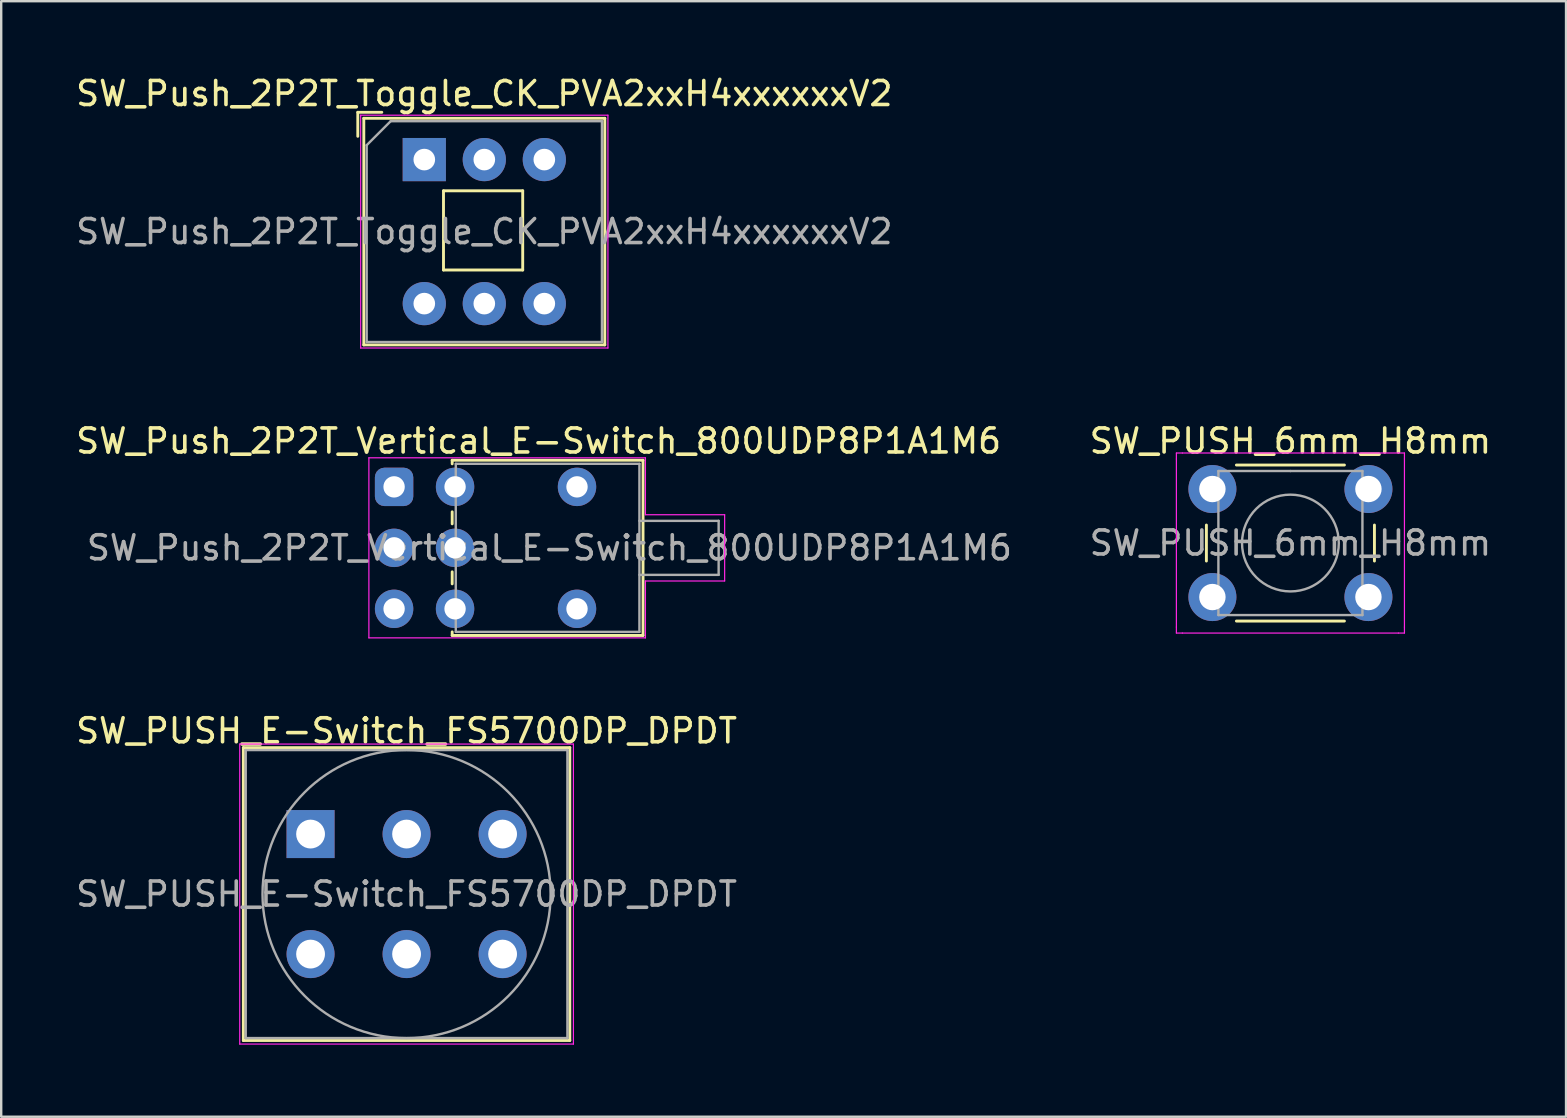
<source format=kicad_pcb>
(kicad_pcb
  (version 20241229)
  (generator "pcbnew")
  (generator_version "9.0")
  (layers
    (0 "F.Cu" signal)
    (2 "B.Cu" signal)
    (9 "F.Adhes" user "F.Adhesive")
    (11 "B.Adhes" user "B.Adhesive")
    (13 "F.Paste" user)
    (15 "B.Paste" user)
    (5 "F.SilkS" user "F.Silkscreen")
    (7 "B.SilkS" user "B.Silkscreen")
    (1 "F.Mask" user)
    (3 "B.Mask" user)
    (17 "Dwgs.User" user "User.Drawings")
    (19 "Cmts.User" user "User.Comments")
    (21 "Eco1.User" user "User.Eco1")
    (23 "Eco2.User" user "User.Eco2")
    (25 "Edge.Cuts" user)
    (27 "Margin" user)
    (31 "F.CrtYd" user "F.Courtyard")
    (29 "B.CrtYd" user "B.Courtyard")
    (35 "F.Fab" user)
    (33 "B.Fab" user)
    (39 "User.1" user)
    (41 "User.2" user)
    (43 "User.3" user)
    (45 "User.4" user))
  (footprint "SW_Push_2P2T_Vertical_E-Switch_800UDP8P1A1M6"
    (layer "F.Cu")
    (at 13.367 17.232)
    (property "Reference" "SW_Push_2P2T_Vertical_E-Switch_800UDP8P1A1M6" (at 6.02 -1.91 180) (layer "F.SilkS") (effects (font (size 1 1) (thickness 0.15))))
    (attr through_hole)
    (fp_line (start 2.42 -1.11) (end 2.42 -0.96) (stroke (width 0.12) (type solid)) (layer "F.SilkS"))
    (fp_line (start 2.42 1.54) (end 2.42 1.04) (stroke (width 0.12) (type solid)) (layer "F.SilkS"))
    (fp_line (start 2.42 4.04) (end 2.42 3.54) (stroke (width 0.12) (type solid)) (layer "F.SilkS"))
    (fp_line (start 2.42 6.19) (end 2.42 6.04) (stroke (width 0.12) (type solid)) (layer "F.SilkS"))
    (fp_line (start 2.42 6.19) (end 10.37 6.19) (stroke (width 0.12) (type solid)) (layer "F.SilkS"))
    (fp_line (start 10.37 -1.11) (end 2.42 -1.11) (stroke (width 0.12) (type solid)) (layer "F.SilkS"))
    (fp_line (start 10.37 6.19) (end 10.37 -1.11) (stroke (width 0.12) (type solid)) (layer "F.SilkS"))
    (fp_line (start -1.05 -1.21) (end 10.47 -1.21) (stroke (width 0.05) (type solid)) (layer "F.CrtYd"))
    (fp_line (start -1.05 6.29) (end -1.05 -1.21) (stroke (width 0.05) (type solid)) (layer "F.CrtYd"))
    (fp_line (start 10.47 -1.21) (end 10.47 1.16) (stroke (width 0.05) (type solid)) (layer "F.CrtYd"))
    (fp_line (start 10.47 1.16) (end 13.77 1.16) (stroke (width 0.05) (type solid)) (layer "F.CrtYd"))
    (fp_line (start 10.47 3.92) (end 10.47 6.29) (stroke (width 0.05) (type solid)) (layer "F.CrtYd"))
    (fp_line (start 10.47 6.29) (end -1.05 6.29) (stroke (width 0.05) (type solid)) (layer "F.CrtYd"))
    (fp_line (start 13.77 1.16) (end 13.77 3.92) (stroke (width 0.05) (type solid)) (layer "F.CrtYd"))
    (fp_line (start 13.77 3.92) (end 10.47 3.92) (stroke (width 0.05) (type solid)) (layer "F.CrtYd"))
    (fp_line (start 2.57 -0.96) (end 10.22 -0.96) (stroke (width 0.1) (type solid)) (layer "F.Fab"))
    (fp_line (start 2.57 6.04) (end 2.57 -0.96) (stroke (width 0.1) (type solid)) (layer "F.Fab"))
    (fp_line (start 10.22 -0.96) (end 10.22 6.04) (stroke (width 0.1) (type solid)) (layer "F.Fab"))
    (fp_line (start 10.22 6.04) (end 2.57 6.04) (stroke (width 0.1) (type solid)) (layer "F.Fab"))
    (fp_line (start 13.52 1.415) (end 10.22 1.415) (stroke (width 0.1) (type solid)) (layer "F.Fab"))
    (fp_line (start 13.52 3.665) (end 10.22 3.665) (stroke (width 0.1) (type solid)) (layer "F.Fab"))
    (fp_line (start 13.52 3.665) (end 13.52 1.415) (stroke (width 0.1) (type solid)) (layer "F.Fab"))
    (fp_text user "${REFERENCE}" (at 6.47 2.54 180) (layer "F.Fab") (effects (font (size 1 1) (thickness 0.15))))
    (pad "" thru_hole circle (at 7.62 0 180) (size 1.6 1.6) (drill 0.89) (layers "*.Cu" "*.Mask"))
    (pad "" thru_hole circle (at 7.62 5.08 180) (size 1.6 1.6) (drill 0.89) (layers "*.Cu" "*.Mask"))
    (pad "1" thru_hole roundrect (at 0 0 180) (size 1.6 1.6) (drill 0.89) (layers "*.Cu" "*.Mask") (roundrect_rratio 0.25))
    (pad "2" thru_hole circle (at 0 2.54 180) (size 1.6 1.6) (drill 0.89) (layers "*.Cu" "*.Mask"))
    (pad "3" thru_hole circle (at 0 5.08 180) (size 1.6 1.6) (drill 0.89) (layers "*.Cu" "*.Mask"))
    (pad "4" thru_hole circle (at 2.54 0 180) (size 1.6 1.6) (drill 0.89) (layers "*.Cu" "*.Mask"))
    (pad "5" thru_hole circle (at 2.54 2.54 180) (size 1.6 1.6) (drill 0.89) (layers "*.Cu" "*.Mask"))
    (pad "6" thru_hole circle (at 2.54 5.08 180) (size 1.6 1.6) (drill 0.89) (layers "*.Cu" "*.Mask")))
  (footprint "SW_PUSH_6mm_H8mm"
    (layer "F.Cu")
    (at 47.456 17.322)
    (property "Reference" "SW_PUSH_6mm_H8mm" (at 3.25 -2 0) (layer "F.SilkS") (effects (font (size 1 1) (thickness 0.15))))
    (attr through_hole)
    (fp_line (start -0.25 1.5) (end -0.25 3) (stroke (width 0.12) (type solid)) (layer "F.SilkS"))
    (fp_line (start 1 5.5) (end 5.5 5.5) (stroke (width 0.12) (type solid)) (layer "F.SilkS"))
    (fp_line (start 5.5 -1) (end 1 -1) (stroke (width 0.12) (type solid)) (layer "F.SilkS"))
    (fp_line (start 6.75 3) (end 6.75 1.5) (stroke (width 0.12) (type solid)) (layer "F.SilkS"))
    (fp_line (start -1.5 -1.5) (end -1.25 -1.5) (stroke (width 0.05) (type solid)) (layer "F.CrtYd"))
    (fp_line (start -1.5 -1.25) (end -1.5 -1.5) (stroke (width 0.05) (type solid)) (layer "F.CrtYd"))
    (fp_line (start -1.5 5.75) (end -1.5 -1.25) (stroke (width 0.05) (type solid)) (layer "F.CrtYd"))
    (fp_line (start -1.5 5.75) (end -1.5 6) (stroke (width 0.05) (type solid)) (layer "F.CrtYd"))
    (fp_line (start -1.5 6) (end -1.25 6) (stroke (width 0.05) (type solid)) (layer "F.CrtYd"))
    (fp_line (start -1.25 -1.5) (end 7.75 -1.5) (stroke (width 0.05) (type solid)) (layer "F.CrtYd"))
    (fp_line (start 7.75 -1.5) (end 8 -1.5) (stroke (width 0.05) (type solid)) (layer "F.CrtYd"))
    (fp_line (start 7.75 6) (end -1.25 6) (stroke (width 0.05) (type solid)) (layer "F.CrtYd"))
    (fp_line (start 7.75 6) (end 8 6) (stroke (width 0.05) (type solid)) (layer "F.CrtYd"))
    (fp_line (start 8 -1.5) (end 8 -1.25) (stroke (width 0.05) (type solid)) (layer "F.CrtYd"))
    (fp_line (start 8 -1.25) (end 8 5.75) (stroke (width 0.05) (type solid)) (layer "F.CrtYd"))
    (fp_line (start 8 6) (end 8 5.75) (stroke (width 0.05) (type solid)) (layer "F.CrtYd"))
    (fp_line (start 0.25 -0.75) (end 3.25 -0.75) (stroke (width 0.1) (type solid)) (layer "F.Fab"))
    (fp_line (start 0.25 5.25) (end 0.25 -0.75) (stroke (width 0.1) (type solid)) (layer "F.Fab"))
    (fp_line (start 3.25 -0.75) (end 6.25 -0.75) (stroke (width 0.1) (type solid)) (layer "F.Fab"))
    (fp_line (start 6.25 -0.75) (end 6.25 5.25) (stroke (width 0.1) (type solid)) (layer "F.Fab"))
    (fp_line (start 6.25 5.25) (end 0.25 5.25) (stroke (width 0.1) (type solid)) (layer "F.Fab"))
    (fp_circle (center 3.25 2.25) (end 1.25 2.5) (stroke (width 0.1) (type solid)) (fill no) (layer "F.Fab"))
    (fp_text user "${REFERENCE}" (at 3.25 2.25 0) (layer "F.Fab") (effects (font (size 1 1) (thickness 0.15))))
    (pad "1" thru_hole circle (at 0 0 90) (size 2 2) (drill 1.1) (layers "*.Cu" "*.Mask"))
    (pad "1" thru_hole circle (at 6.5 0 90) (size 2 2) (drill 1.1) (layers "*.Cu" "*.Mask"))
    (pad "2" thru_hole circle (at 0 4.5 90) (size 2 2) (drill 1.1) (layers "*.Cu" "*.Mask"))
    (pad "2" thru_hole circle (at 6.5 4.5 90) (size 2 2) (drill 1.1) (layers "*.Cu" "*.Mask")))
  (footprint "SW_Push_2P2T_Toggle_CK_PVA2xxH4xxxxxxV2"
    (layer "F.Cu")
    (at 14.625 3.598)
    (property "Reference" "SW_Push_2P2T_Toggle_CK_PVA2xxH4xxxxxxV2" (at 2.5 -2.75 0) (layer "F.SilkS") (effects (font (size 1 1) (thickness 0.15))))
    (attr through_hole)
    (fp_line (start -2.77 -0.97) (end -2.77 -1.97) (stroke (width 0.12) (type solid)) (layer "F.SilkS"))
    (fp_line (start -2.52 7.72) (end -2.52 -1.72) (stroke (width 0.12) (type solid)) (layer "F.SilkS"))
    (fp_line (start -1.77 -1.97) (end -2.77 -1.97) (stroke (width 0.12) (type solid)) (layer "F.SilkS"))
    (fp_line (start 0.8 1.3) (end 0.8 4.6) (stroke (width 0.12) (type solid)) (layer "F.SilkS"))
    (fp_line (start 4.1 1.3) (end 0.8 1.3) (stroke (width 0.12) (type solid)) (layer "F.SilkS"))
    (fp_line (start 4.1 1.3) (end 4.1 4.6) (stroke (width 0.12) (type solid)) (layer "F.SilkS"))
    (fp_line (start 4.1 4.6) (end 0.8 4.6) (stroke (width 0.12) (type solid)) (layer "F.SilkS"))
    (fp_line (start 7.52 -1.72) (end -2.52 -1.72) (stroke (width 0.12) (type solid)) (layer "F.SilkS"))
    (fp_line (start 7.52 7.72) (end -2.52 7.72) (stroke (width 0.12) (type solid)) (layer "F.SilkS"))
    (fp_line (start 7.52 7.72) (end 7.52 -1.72) (stroke (width 0.12) (type solid)) (layer "F.SilkS"))
    (fp_line (start -2.65 -1.85) (end 7.65 -1.85) (stroke (width 0.05) (type solid)) (layer "F.CrtYd"))
    (fp_line (start -2.65 7.85) (end -2.65 -1.85) (stroke (width 0.05) (type solid)) (layer "F.CrtYd"))
    (fp_line (start -2.65 7.85) (end 7.65 7.85) (stroke (width 0.05) (type solid)) (layer "F.CrtYd"))
    (fp_line (start 7.65 -1.85) (end 7.65 7.85) (stroke (width 0.05) (type solid)) (layer "F.CrtYd"))
    (fp_line (start -2.4 -0.6) (end -1.4 -1.6) (stroke (width 0.1) (type solid)) (layer "F.Fab"))
    (fp_line (start -2.4 7.6) (end -2.4 -0.6) (stroke (width 0.1) (type solid)) (layer "F.Fab"))
    (fp_line (start -1.4 -1.6) (end 7.4 -1.6) (stroke (width 0.1) (type solid)) (layer "F.Fab"))
    (fp_line (start 7.4 -1.6) (end 7.4 7.6) (stroke (width 0.1) (type solid)) (layer "F.Fab"))
    (fp_line (start 7.4 7.6) (end -2.4 7.6) (stroke (width 0.1) (type solid)) (layer "F.Fab"))
    (fp_text user "${REFERENCE}" (at 2.5 3 0) (layer "F.Fab") (effects (font (size 1 1) (thickness 0.15))))
    (pad "1" thru_hole rect (at 0 0) (size 1.8 1.8) (drill 0.9) (layers "*.Cu" "*.Mask"))
    (pad "2" thru_hole circle (at 2.5 0) (size 1.8 1.8) (drill 0.9) (layers "*.Cu" "*.Mask"))
    (pad "3" thru_hole circle (at 5 0) (size 1.8 1.8) (drill 0.9) (layers "*.Cu" "*.Mask"))
    (pad "4" thru_hole circle (at 0 6) (size 1.8 1.8) (drill 0.9) (layers "*.Cu" "*.Mask"))
    (pad "5" thru_hole circle (at 2.5 6) (size 1.8 1.8) (drill 0.9) (layers "*.Cu" "*.Mask"))
    (pad "6" thru_hole circle (at 5 6) (size 1.8 1.8) (drill 0.9) (layers "*.Cu" "*.Mask")))
  (footprint "SW_PUSH_E-Switch_FS5700DP_DPDT"
    (layer "F.Cu")
    (at 9.887 31.695)
    (property "Reference" "SW_PUSH_E-Switch_FS5700DP_DPDT" (at 4 -4.3 0) (layer "F.SilkS") (effects (font (size 1 1) (thickness 0.15))))
    (attr through_hole)
    (fp_line (start -2.8 -3.6) (end -2.8 8.6) (stroke (width 0.12) (type solid)) (layer "F.SilkS"))
    (fp_line (start -2.8 -3.6) (end 10.8 -3.6) (stroke (width 0.12) (type solid)) (layer "F.SilkS"))
    (fp_line (start 10.8 8.6) (end -2.8 8.6) (stroke (width 0.12) (type solid)) (layer "F.SilkS"))
    (fp_line (start 10.8 8.6) (end 10.8 -3.6) (stroke (width 0.12) (type solid)) (layer "F.SilkS"))
    (fp_line (start -2.95 -3.75) (end 10.95 -3.75) (stroke (width 0.05) (type solid)) (layer "F.CrtYd"))
    (fp_line (start -2.95 8.75) (end -2.95 -3.75) (stroke (width 0.05) (type solid)) (layer "F.CrtYd"))
    (fp_line (start 10.95 -3.75) (end 10.95 8.75) (stroke (width 0.05) (type solid)) (layer "F.CrtYd"))
    (fp_line (start 10.95 8.75) (end -2.95 8.75) (stroke (width 0.05) (type solid)) (layer "F.CrtYd"))
    (fp_line (start -2.7 -3.5) (end 10.7 -3.5) (stroke (width 0.1) (type solid)) (layer "F.Fab"))
    (fp_line (start -2.7 8.5) (end -2.7 -3.5) (stroke (width 0.1) (type solid)) (layer "F.Fab"))
    (fp_line (start 10.7 -3.5) (end 10.7 8.5) (stroke (width 0.1) (type solid)) (layer "F.Fab"))
    (fp_line (start 10.7 8.5) (end -2.7 8.5) (stroke (width 0.1) (type solid)) (layer "F.Fab"))
    (fp_circle (center 4 2.5) (end 10 2.6) (stroke (width 0.1) (type solid)) (fill no) (layer "F.Fab"))
    (fp_text user "${REFERENCE}" (at 4 2.5 0) (layer "F.Fab") (effects (font (size 1 1) (thickness 0.15))))
    (pad "1" thru_hole rect (at 0 0) (size 2 2) (drill 1.2) (layers "*.Cu" "*.Mask"))
    (pad "2" thru_hole circle (at 4 0) (size 2 2) (drill 1.2) (layers "*.Cu" "*.Mask"))
    (pad "3" thru_hole circle (at 8 0) (size 2 2) (drill 1.2) (layers "*.Cu" "*.Mask"))
    (pad "4" thru_hole circle (at 0 5) (size 2 2) (drill 1.2) (layers "*.Cu" "*.Mask"))
    (pad "5" thru_hole circle (at 4 5) (size 2 2) (drill 1.2) (layers "*.Cu" "*.Mask"))
    (pad "6" thru_hole circle (at 8 5) (size 2 2) (drill 1.2) (layers "*.Cu" "*.Mask")))
  (gr_rect
    (start -3 -3)
    (end 62.188 43.47)
    (stroke (width 0.1) (type default))
    (fill no)
    (layer "Edge.Cuts")))
</source>
